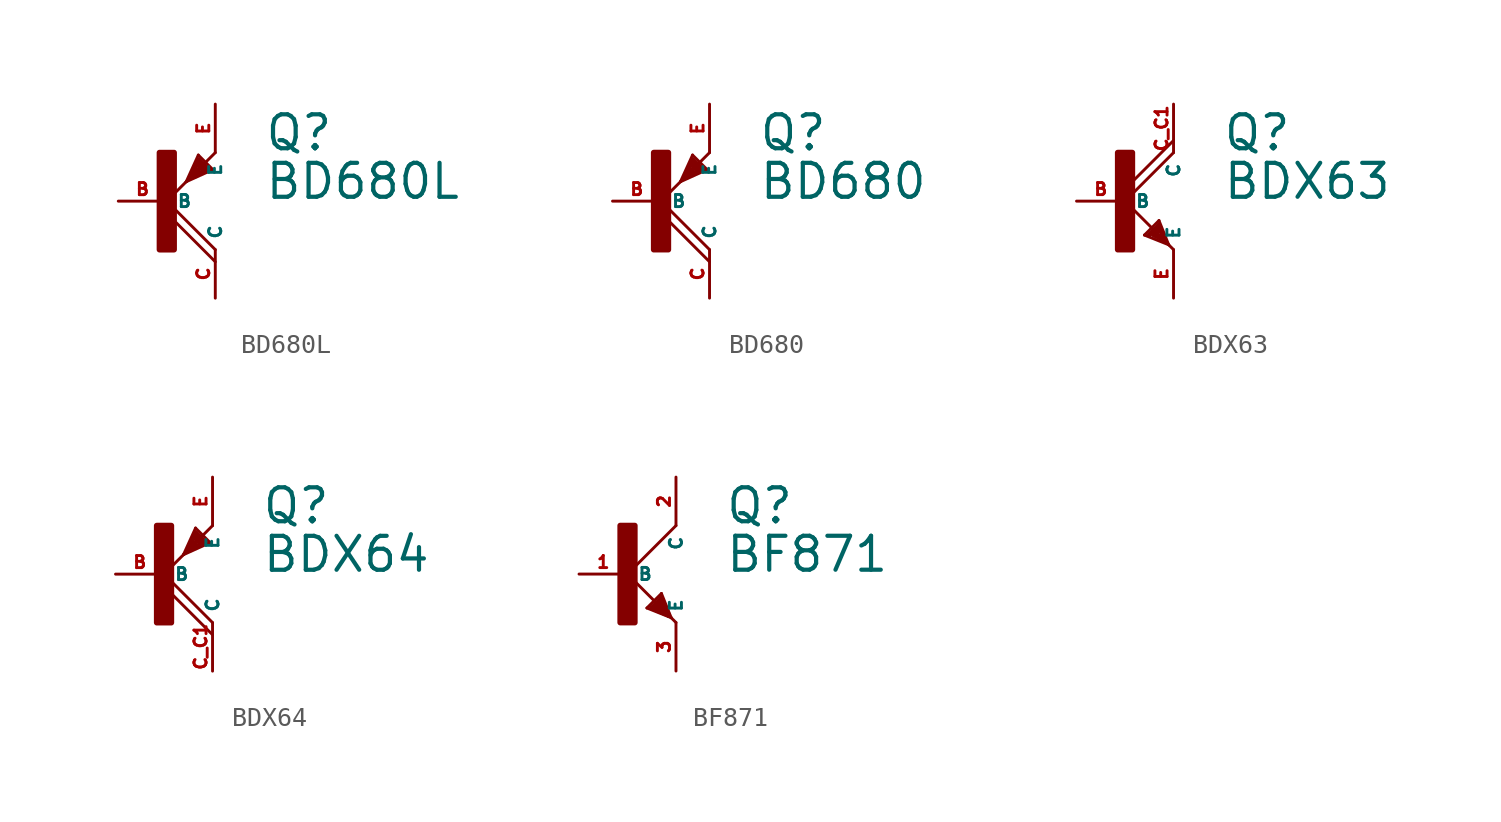
<source format=kicad_sym>
(kicad_symbol_lib
  (version 20220914)
  (generator Eagle2Kicad)
  (symbol "BD680L"
    (property "Reference" "Q"
      (at 5.08 2.54 0)
      (effects (font (size 1.778 1.778) (thickness 0.22)) (justify left bottom)))
    (property "Value" "BD680L"
      (at 5.08 0 0)
      (effects (font (size 1.778 1.778) (thickness 0.22)) (justify left bottom)))
    (polyline
      (pts (xy 2.54 -2.54) (xy 0 0))
      (stroke (width 0.152) (type default))
      (fill (type none)))
    (polyline
      (pts (xy 0 0) (xy 1.016 1.016))
      (stroke (width 0.152) (type default))
      (fill (type none)))
    (polyline
      (pts (xy 2.413 1.651) (xy 1.016 1.016))
      (stroke (width 0.152) (type default))
      (fill (type none)))
    (polyline
      (pts (xy 1.016 1.016) (xy 1.27 1.27))
      (stroke (width 0.152) (type default))
      (fill (type none)))
    (polyline
      (pts (xy 1.905 1.905) (xy 2.54 2.54))
      (stroke (width 0.152) (type default))
      (fill (type none)))
    (polyline
      (pts (xy 1.016 1.016) (xy 1.651 2.413))
      (stroke (width 0.152) (type default))
      (fill (type none)))
    (polyline
      (pts (xy 1.651 2.413) (xy 2.413 1.651))
      (stroke (width 0.152) (type default))
      (fill (type none)))
    (polyline
      (pts (xy 2.54 -3.175) (xy 0 -0.635))
      (stroke (width 0.152) (type default))
      (fill (type none)))
    (polyline
      (pts (xy 1.27 1.27) (xy 2.159 1.651))
      (stroke (width 0.254) (type default))
      (fill (type none)))
    (polyline
      (pts (xy 2.159 1.651) (xy 1.905 1.905))
      (stroke (width 0.254) (type default))
      (fill (type none)))
    (polyline
      (pts (xy 1.905 1.905) (xy 1.651 2.159))
      (stroke (width 0.254) (type default))
      (fill (type none)))
    (polyline
      (pts (xy 1.651 2.159) (xy 1.27 1.27))
      (stroke (width 0.254) (type default))
      (fill (type none)))
    (polyline
      (pts (xy 1.27 1.27) (xy 1.905 1.905))
      (stroke (width 0.254) (type default))
      (fill (type none)))
    (polyline
      (pts (xy 1.651 1.905) (xy 1.905 1.651))
      (stroke (width 0.254) (type default))
      (fill (type none)))
    (rectangle
      (start -0.381 -2.54)
      (end 0.381 2.54)
      (stroke (width 0.3) (type default))
      (fill (type outline)))
    (pin passive line
      (at -2.54 0 0)
      (length 2.54)
      (name "B" (effects (font (size 0.635 0.635) (thickness 0.08)) (justify left bottom)))
      (number "B" (effects (font (size 0.635 0.635) (thickness 0.08)) (justify left bottom))))
    (pin passive line
      (at 2.54 5.08 270)
      (length 2.54)
      (name "E" (effects (font (size 0.635 0.635) (thickness 0.08)) (justify left bottom)))
      (number "E" (effects (font (size 0.635 0.635) (thickness 0.08)) (justify left bottom))))
    (pin passive line
      (at 2.54 -5.08 90)
      (length 2.54)
      (name "C" (effects (font (size 0.635 0.635) (thickness 0.08)) (justify left bottom)))
      (number "C" (effects (font (size 0.635 0.635) (thickness 0.08)) (justify left bottom)))))
  (symbol "BD680"
    (property "Reference" "Q"
      (at 5.08 2.54 0)
      (effects (font (size 1.778 1.778) (thickness 0.22)) (justify left bottom)))
    (property "Value" "BD680"
      (at 5.08 0 0)
      (effects (font (size 1.778 1.778) (thickness 0.22)) (justify left bottom)))
    (polyline
      (pts (xy 2.54 -2.54) (xy 0 0))
      (stroke (width 0.152) (type default))
      (fill (type none)))
    (polyline
      (pts (xy 0 0) (xy 1.016 1.016))
      (stroke (width 0.152) (type default))
      (fill (type none)))
    (polyline
      (pts (xy 2.413 1.651) (xy 1.016 1.016))
      (stroke (width 0.152) (type default))
      (fill (type none)))
    (polyline
      (pts (xy 1.016 1.016) (xy 1.27 1.27))
      (stroke (width 0.152) (type default))
      (fill (type none)))
    (polyline
      (pts (xy 1.905 1.905) (xy 2.54 2.54))
      (stroke (width 0.152) (type default))
      (fill (type none)))
    (polyline
      (pts (xy 1.016 1.016) (xy 1.651 2.413))
      (stroke (width 0.152) (type default))
      (fill (type none)))
    (polyline
      (pts (xy 1.651 2.413) (xy 2.413 1.651))
      (stroke (width 0.152) (type default))
      (fill (type none)))
    (polyline
      (pts (xy 2.54 -3.175) (xy 0 -0.635))
      (stroke (width 0.152) (type default))
      (fill (type none)))
    (polyline
      (pts (xy 1.27 1.27) (xy 2.159 1.651))
      (stroke (width 0.254) (type default))
      (fill (type none)))
    (polyline
      (pts (xy 2.159 1.651) (xy 1.905 1.905))
      (stroke (width 0.254) (type default))
      (fill (type none)))
    (polyline
      (pts (xy 1.905 1.905) (xy 1.651 2.159))
      (stroke (width 0.254) (type default))
      (fill (type none)))
    (polyline
      (pts (xy 1.651 2.159) (xy 1.27 1.27))
      (stroke (width 0.254) (type default))
      (fill (type none)))
    (polyline
      (pts (xy 1.27 1.27) (xy 1.905 1.905))
      (stroke (width 0.254) (type default))
      (fill (type none)))
    (polyline
      (pts (xy 1.651 1.905) (xy 1.905 1.651))
      (stroke (width 0.254) (type default))
      (fill (type none)))
    (rectangle
      (start -0.381 -2.54)
      (end 0.381 2.54)
      (stroke (width 0.3) (type default))
      (fill (type outline)))
    (pin passive line
      (at -2.54 0 0)
      (length 2.54)
      (name "B" (effects (font (size 0.635 0.635) (thickness 0.08)) (justify left bottom)))
      (number "B" (effects (font (size 0.635 0.635) (thickness 0.08)) (justify left bottom))))
    (pin passive line
      (at 2.54 5.08 270)
      (length 2.54)
      (name "E" (effects (font (size 0.635 0.635) (thickness 0.08)) (justify left bottom)))
      (number "E" (effects (font (size 0.635 0.635) (thickness 0.08)) (justify left bottom))))
    (pin passive line
      (at 2.54 -5.08 90)
      (length 2.54)
      (name "C" (effects (font (size 0.635 0.635) (thickness 0.08)) (justify left bottom)))
      (number "C" (effects (font (size 0.635 0.635) (thickness 0.08)) (justify left bottom)))))
  (symbol "BDX63"
    (property "Reference" "Q"
      (at 5.08 2.54 0)
      (effects (font (size 1.778 1.778) (thickness 0.22)) (justify left bottom)))
    (property "Value" "BDX63"
      (at 5.08 0 0)
      (effects (font (size 1.778 1.778) (thickness 0.22)) (justify left bottom)))
    (polyline
      (pts (xy 2.54 2.54) (xy 0 0))
      (stroke (width 0.152) (type default))
      (fill (type none)))
    (polyline
      (pts (xy 0 0) (xy 2.032 -2.032))
      (stroke (width 0.152) (type default))
      (fill (type none)))
    (polyline
      (pts (xy 2.032 -2.032) (xy 2.286 -2.286))
      (stroke (width 0.152) (type default))
      (fill (type none)))
    (polyline
      (pts (xy 1.778 -1.016) (xy 2.286 -2.286))
      (stroke (width 0.152) (type default))
      (fill (type none)))
    (polyline
      (pts (xy 2.286 -2.286) (xy 2.54 -2.54))
      (stroke (width 0.152) (type default))
      (fill (type none)))
    (polyline
      (pts (xy 2.286 -2.286) (xy 1.016 -1.778))
      (stroke (width 0.152) (type default))
      (fill (type none)))
    (polyline
      (pts (xy 1.016 -1.778) (xy 1.778 -1.016))
      (stroke (width 0.152) (type default))
      (fill (type none)))
    (polyline
      (pts (xy 2.54 3.175) (xy 0 0.635))
      (stroke (width 0.152) (type default))
      (fill (type none)))
    (polyline
      (pts (xy 1.27 -1.778) (xy 1.778 -1.27))
      (stroke (width 0.254) (type default))
      (fill (type none)))
    (polyline
      (pts (xy 1.778 -1.27) (xy 2.032 -2.032))
      (stroke (width 0.254) (type default))
      (fill (type none)))
    (polyline
      (pts (xy 2.032 -2.032) (xy 1.524 -1.778))
      (stroke (width 0.254) (type default))
      (fill (type none)))
    (polyline
      (pts (xy 1.524 -1.778) (xy 1.778 -1.524))
      (stroke (width 0.254) (type default))
      (fill (type none)))
    (rectangle
      (start -0.381 -2.54)
      (end 0.381 2.54)
      (stroke (width 0.3) (type default))
      (fill (type outline)))
    (pin passive line
      (at -2.54 0 0)
      (length 2.54)
      (name "B" (effects (font (size 0.635 0.635) (thickness 0.08)) (justify left bottom)))
      (number "B" (effects (font (size 0.635 0.635) (thickness 0.08)) (justify left bottom))))
    (pin passive line
      (at 2.54 -5.08 90)
      (length 2.54)
      (name "E" (effects (font (size 0.635 0.635) (thickness 0.08)) (justify left bottom)))
      (number "E" (effects (font (size 0.635 0.635) (thickness 0.08)) (justify left bottom))))
    (pin passive line
      (at 2.54 5.08 270)
      (length 2.54)
      (name "C" (effects (font (size 0.635 0.635) (thickness 0.08)) (justify left bottom)))
      (number "C C1" (effects (font (size 0.635 0.635) (thickness 0.08)) (justify left bottom)))))
  (symbol "BDX64"
    (property "Reference" "Q"
      (at 5.08 2.54 0)
      (effects (font (size 1.778 1.778) (thickness 0.22)) (justify left bottom)))
    (property "Value" "BDX64"
      (at 5.08 0 0)
      (effects (font (size 1.778 1.778) (thickness 0.22)) (justify left bottom)))
    (polyline
      (pts (xy 2.54 -2.54) (xy 0 0))
      (stroke (width 0.152) (type default))
      (fill (type none)))
    (polyline
      (pts (xy 0 0) (xy 1.016 1.016))
      (stroke (width 0.152) (type default))
      (fill (type none)))
    (polyline
      (pts (xy 2.413 1.651) (xy 1.016 1.016))
      (stroke (width 0.152) (type default))
      (fill (type none)))
    (polyline
      (pts (xy 1.016 1.016) (xy 1.27 1.27))
      (stroke (width 0.152) (type default))
      (fill (type none)))
    (polyline
      (pts (xy 1.905 1.905) (xy 2.54 2.54))
      (stroke (width 0.152) (type default))
      (fill (type none)))
    (polyline
      (pts (xy 1.016 1.016) (xy 1.651 2.413))
      (stroke (width 0.152) (type default))
      (fill (type none)))
    (polyline
      (pts (xy 1.651 2.413) (xy 2.413 1.651))
      (stroke (width 0.152) (type default))
      (fill (type none)))
    (polyline
      (pts (xy 2.54 -3.175) (xy 0 -0.635))
      (stroke (width 0.152) (type default))
      (fill (type none)))
    (polyline
      (pts (xy 1.27 1.27) (xy 2.159 1.651))
      (stroke (width 0.254) (type default))
      (fill (type none)))
    (polyline
      (pts (xy 2.159 1.651) (xy 1.905 1.905))
      (stroke (width 0.254) (type default))
      (fill (type none)))
    (polyline
      (pts (xy 1.905 1.905) (xy 1.651 2.159))
      (stroke (width 0.254) (type default))
      (fill (type none)))
    (polyline
      (pts (xy 1.651 2.159) (xy 1.27 1.27))
      (stroke (width 0.254) (type default))
      (fill (type none)))
    (polyline
      (pts (xy 1.27 1.27) (xy 1.905 1.905))
      (stroke (width 0.254) (type default))
      (fill (type none)))
    (polyline
      (pts (xy 1.651 1.905) (xy 1.905 1.651))
      (stroke (width 0.254) (type default))
      (fill (type none)))
    (rectangle
      (start -0.381 -2.54)
      (end 0.381 2.54)
      (stroke (width 0.3) (type default))
      (fill (type outline)))
    (pin passive line
      (at -2.54 0 0)
      (length 2.54)
      (name "B" (effects (font (size 0.635 0.635) (thickness 0.08)) (justify left bottom)))
      (number "B" (effects (font (size 0.635 0.635) (thickness 0.08)) (justify left bottom))))
    (pin passive line
      (at 2.54 5.08 270)
      (length 2.54)
      (name "E" (effects (font (size 0.635 0.635) (thickness 0.08)) (justify left bottom)))
      (number "E" (effects (font (size 0.635 0.635) (thickness 0.08)) (justify left bottom))))
    (pin passive line
      (at 2.54 -5.08 90)
      (length 2.54)
      (name "C" (effects (font (size 0.635 0.635) (thickness 0.08)) (justify left bottom)))
      (number "C C1" (effects (font (size 0.635 0.635) (thickness 0.08)) (justify left bottom)))))
  (symbol "BF871"
    (property "Reference" "Q"
      (at 5.08 2.54 0)
      (effects (font (size 1.778 1.778) (thickness 0.22)) (justify left bottom)))
    (property "Value" "BF871"
      (at 5.08 0 0)
      (effects (font (size 1.778 1.778) (thickness 0.22)) (justify left bottom)))
    (polyline
      (pts (xy 2.54 2.54) (xy 0 0))
      (stroke (width 0.152) (type default))
      (fill (type none)))
    (polyline
      (pts (xy 0 0) (xy 1.651 -1.651))
      (stroke (width 0.152) (type default))
      (fill (type none)))
    (polyline
      (pts (xy 2.159 -2.159) (xy 2.286 -2.286))
      (stroke (width 0.152) (type default))
      (fill (type none)))
    (polyline
      (pts (xy 1.778 -1.016) (xy 2.286 -2.286))
      (stroke (width 0.152) (type default))
      (fill (type none)))
    (polyline
      (pts (xy 2.286 -2.286) (xy 2.54 -2.54))
      (stroke (width 0.152) (type default))
      (fill (type none)))
    (polyline
      (pts (xy 2.286 -2.286) (xy 1.016 -1.778))
      (stroke (width 0.152) (type default))
      (fill (type none)))
    (polyline
      (pts (xy 1.016 -1.778) (xy 1.778 -1.016))
      (stroke (width 0.152) (type default))
      (fill (type none)))
    (polyline
      (pts (xy 2.159 -2.159) (xy 1.778 -1.27))
      (stroke (width 0.254) (type default))
      (fill (type none)))
    (polyline
      (pts (xy 1.778 -1.27) (xy 1.27 -1.778))
      (stroke (width 0.254) (type default))
      (fill (type none)))
    (polyline
      (pts (xy 1.27 -1.778) (xy 2.159 -2.159))
      (stroke (width 0.254) (type default))
      (fill (type none)))
    (polyline
      (pts (xy 2.159 -2.159) (xy 1.651 -1.651))
      (stroke (width 0.254) (type default))
      (fill (type none)))
    (polyline
      (pts (xy 1.524 -1.778) (xy 1.778 -1.524))
      (stroke (width 0.254) (type default))
      (fill (type none)))
    (rectangle
      (start -0.381 -2.54)
      (end 0.381 2.54)
      (stroke (width 0.3) (type default))
      (fill (type outline)))
    (pin passive line
      (at -2.54 0 0)
      (length 2.54)
      (name "B" (effects (font (size 0.635 0.635) (thickness 0.08)) (justify left bottom)))
      (number "1" (effects (font (size 0.635 0.635) (thickness 0.08)) (justify left bottom))))
    (pin passive line
      (at 2.54 -5.08 90)
      (length 2.54)
      (name "E" (effects (font (size 0.635 0.635) (thickness 0.08)) (justify left bottom)))
      (number "3" (effects (font (size 0.635 0.635) (thickness 0.08)) (justify left bottom))))
    (pin passive line
      (at 2.54 5.08 270)
      (length 2.54)
      (name "C" (effects (font (size 0.635 0.635) (thickness 0.08)) (justify left bottom)))
      (number "2" (effects (font (size 0.635 0.635) (thickness 0.08)) (justify left bottom))))))
</source>
